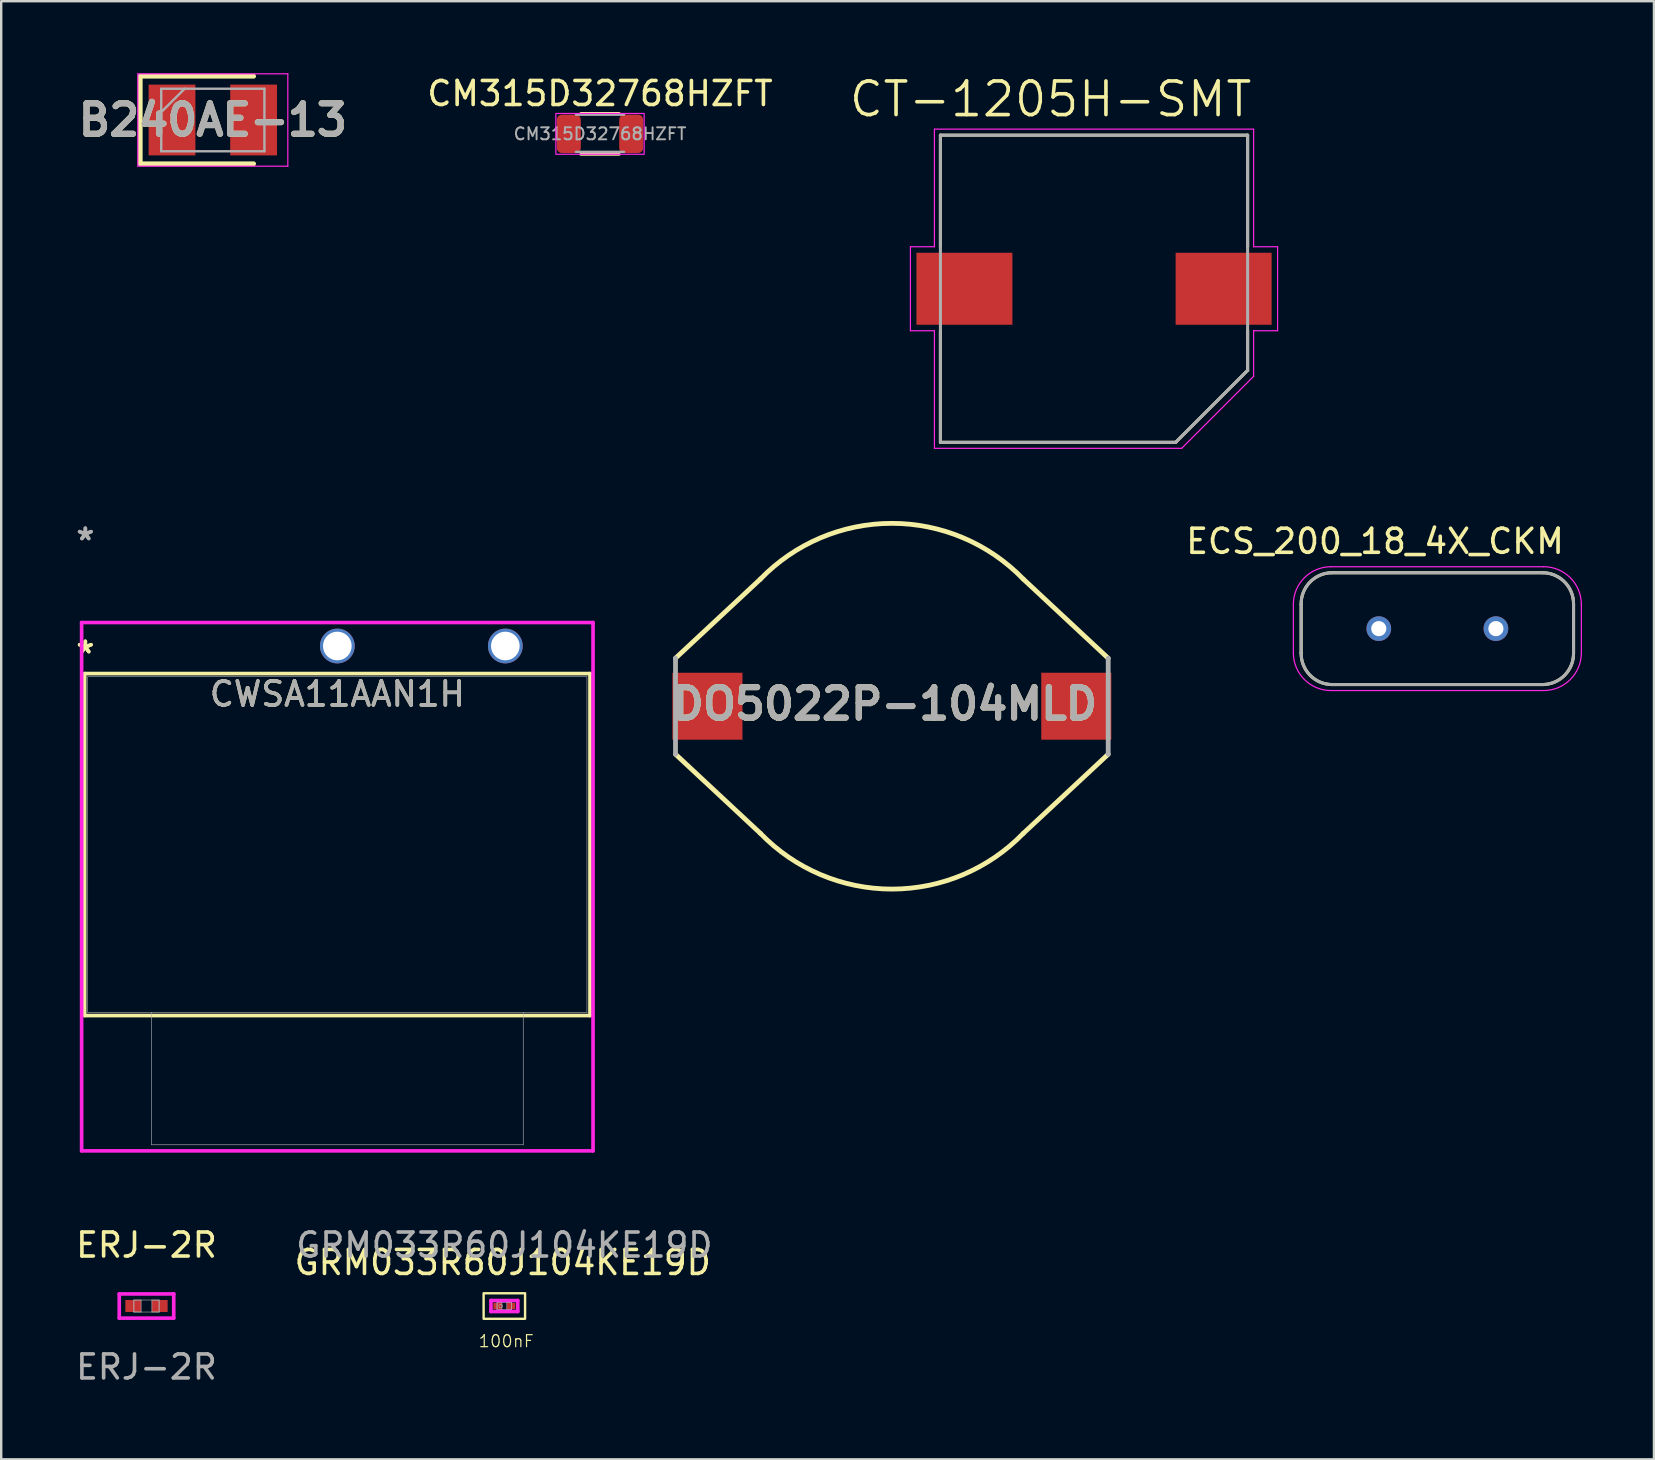
<source format=kicad_pcb>
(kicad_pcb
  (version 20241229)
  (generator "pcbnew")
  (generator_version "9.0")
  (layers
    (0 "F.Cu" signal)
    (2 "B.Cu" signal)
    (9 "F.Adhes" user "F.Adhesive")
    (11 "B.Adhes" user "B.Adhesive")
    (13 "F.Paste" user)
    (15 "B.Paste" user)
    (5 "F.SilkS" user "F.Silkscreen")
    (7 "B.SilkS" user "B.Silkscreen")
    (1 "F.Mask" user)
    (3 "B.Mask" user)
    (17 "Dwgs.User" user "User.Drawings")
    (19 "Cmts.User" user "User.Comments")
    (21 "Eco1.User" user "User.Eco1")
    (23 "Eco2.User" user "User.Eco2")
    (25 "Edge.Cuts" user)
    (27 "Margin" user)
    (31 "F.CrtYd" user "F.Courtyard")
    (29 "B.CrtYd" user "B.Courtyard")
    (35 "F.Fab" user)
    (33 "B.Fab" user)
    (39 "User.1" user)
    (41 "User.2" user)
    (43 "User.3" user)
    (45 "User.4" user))
  (footprint "ERJ-2R"
    (layer "F.Cu")
    (at 3.054 51.37)
    (property "Reference" "ERJ-2R" (at 0 -2.54 0) (unlocked yes) (layer "F.SilkS") (effects (font (size 1 1) (thickness 0.15))))
    (attr smd)
    (fp_line (start -1.135 -0.504) (end 1.135 -0.504) (stroke (width 0.152) (type solid)) (layer "F.CrtYd"))
    (fp_line (start -1.135 0.504) (end -1.135 -0.504) (stroke (width 0.152) (type solid)) (layer "F.CrtYd"))
    (fp_line (start 1.135 -0.504) (end 1.135 0.504) (stroke (width 0.152) (type solid)) (layer "F.CrtYd"))
    (fp_line (start 1.135 0.504) (end -1.135 0.504) (stroke (width 0.152) (type solid)) (layer "F.CrtYd"))
    (fp_line (start -0.525 -0.25) (end -0.525 0.25) (stroke (width 0.025) (type solid)) (layer "F.Fab"))
    (fp_line (start -0.525 -0.25) (end -0.525 0.25) (stroke (width 0.025) (type solid)) (layer "F.Fab"))
    (fp_line (start -0.525 0.25) (end -0.225 0.25) (stroke (width 0.025) (type solid)) (layer "F.Fab"))
    (fp_line (start -0.525 0.25) (end 0.525 0.25) (stroke (width 0.025) (type solid)) (layer "F.Fab"))
    (fp_line (start -0.225 -0.25) (end -0.525 -0.25) (stroke (width 0.025) (type solid)) (layer "F.Fab"))
    (fp_line (start -0.225 0.25) (end -0.225 -0.25) (stroke (width 0.025) (type solid)) (layer "F.Fab"))
    (fp_line (start 0.225 -0.25) (end 0.225 0.25) (stroke (width 0.025) (type solid)) (layer "F.Fab"))
    (fp_line (start 0.225 0.25) (end 0.525 0.25) (stroke (width 0.025) (type solid)) (layer "F.Fab"))
    (fp_line (start 0.525 -0.25) (end -0.525 -0.25) (stroke (width 0.025) (type solid)) (layer "F.Fab"))
    (fp_line (start 0.525 -0.25) (end 0.225 -0.25) (stroke (width 0.025) (type solid)) (layer "F.Fab"))
    (fp_line (start 0.525 0.25) (end 0.525 -0.25) (stroke (width 0.025) (type solid)) (layer "F.Fab"))
    (fp_line (start 0.525 0.25) (end 0.525 -0.25) (stroke (width 0.025) (type solid)) (layer "F.Fab"))
    (fp_text user "${REFERENCE}" (at 0 2.54 0) (unlocked yes) (layer "F.Fab") (effects (font (size 1 1) (thickness 0.15))))
    (pad "1" smd rect (at -0.553 0) (size 0.656 0.5) (layers "F.Cu" "F.Mask" "F.Paste"))
    (pad "2" smd rect (at 0.553 0) (size 0.656 0.5) (layers "F.Cu" "F.Mask" "F.Paste"))
    (zone (net_name "") (layer "F.Cu") (hatch full 0.508) (connect_pads) (min_thickness 0.254) (filled_areas_thickness no) (keepout (tracks not_allowed) (vias not_allowed) (pads allowed) (copperpour not_allowed) (footprints allowed)) (placement (enabled no)) (fill) (polygon (pts (xy 2.879 51.171) (xy 3.228 51.171) (xy 3.228 51.569) (xy 2.879 51.569)))))
  (footprint "DO5022P-104MLD"
    (layer "F.Cu")
    (at 34.112 26.377)
    (property "Reference" "DO5022P-104MLD" (at -0.291 -0.099 0) (layer "F.SilkS") (effects (font (size 1.27 1.27) (thickness 0.254))))
    (attr smd)
    (fp_line (start -9.015 2) (end -5.475 5.3) (stroke (width 0.2) (type solid)) (layer "F.SilkS"))
    (fp_line (start -5.475 -5.3) (end -9.015 -2) (stroke (width 0.2) (type solid)) (layer "F.SilkS"))
    (fp_line (start 5.475 -5.3) (end 9.015 -2) (stroke (width 0.2) (type solid)) (layer "F.SilkS"))
    (fp_line (start 5.475 5.3) (end 9.015 2) (stroke (width 0.2) (type solid)) (layer "F.SilkS"))
    (fp_arc (start -5.478607 -5.296158) (mid -0.002673 -7.620001) (end 5.47489 -5.3) (stroke (width 0.2) (type solid)) (layer "F.SilkS"))
    (fp_arc (start 5.478607 5.296158) (mid 0.002673 7.620001) (end -5.47489 5.3) (stroke (width 0.2) (type solid)) (layer "F.SilkS"))
    (fp_line (start -9.015 -2) (end -9.015 2) (stroke (width 0.2) (type solid)) (layer "F.Fab"))
    (fp_line (start 9.015 -2) (end 9.015 2) (stroke (width 0.2) (type solid)) (layer "F.Fab"))
    (fp_text user "${REFERENCE}" (at -0.291 -0.099 0) (layer "F.Fab") (effects (font (size 1.27 1.27) (thickness 0.254))))
    (pad "1" smd rect (at -7.685 0 90) (size 2.79 2.92) (layers "F.Cu" "F.Mask" "F.Paste"))
    (pad "2" smd rect (at 7.685 0 90) (size 2.79 2.92) (layers "F.Cu" "F.Mask" "F.Paste")))
  (footprint "CT-1205H-SMT"
    (layer "F.Cu")
    (at 42.536 8.982)
    (property "Reference" "CT-1205H-SMT" (at -1.807 -7.899 0) (layer "F.SilkS") (effects (font (size 1.402 1.402) (thickness 0.15))))
    (attr smd)
    (fp_line (start -6.4 -6.4) (end 6.4 -6.4) (stroke (width 0.127) (type solid)) (layer "F.SilkS"))
    (fp_line (start -6.4 -1.75) (end -6.4 -6.4) (stroke (width 0.127) (type solid)) (layer "F.SilkS"))
    (fp_line (start -6.4 6.4) (end -6.4 1.75) (stroke (width 0.127) (type solid)) (layer "F.SilkS"))
    (fp_line (start 3.4 6.4) (end -6.4 6.4) (stroke (width 0.127) (type solid)) (layer "F.SilkS"))
    (fp_line (start 6.4 -6.4) (end 6.4 -1.75) (stroke (width 0.127) (type solid)) (layer "F.SilkS"))
    (fp_line (start 6.4 1.75) (end 6.4 3.4) (stroke (width 0.127) (type solid)) (layer "F.SilkS"))
    (fp_line (start 6.4 3.4) (end 3.4 6.4) (stroke (width 0.127) (type solid)) (layer "F.SilkS"))
    (fp_line (start -7.65 -1.75) (end -6.65 -1.75) (stroke (width 0.05) (type solid)) (layer "F.CrtYd"))
    (fp_line (start -7.65 1.75) (end -7.65 -1.75) (stroke (width 0.05) (type solid)) (layer "F.CrtYd"))
    (fp_line (start -6.65 -6.65) (end 6.65 -6.65) (stroke (width 0.05) (type solid)) (layer "F.CrtYd"))
    (fp_line (start -6.65 -1.75) (end -6.65 -6.65) (stroke (width 0.05) (type solid)) (layer "F.CrtYd"))
    (fp_line (start -6.65 1.75) (end -7.65 1.75) (stroke (width 0.05) (type solid)) (layer "F.CrtYd"))
    (fp_line (start -6.65 6.65) (end -6.65 1.75) (stroke (width 0.05) (type solid)) (layer "F.CrtYd"))
    (fp_line (start 3.65 6.65) (end -6.65 6.65) (stroke (width 0.05) (type solid)) (layer "F.CrtYd"))
    (fp_line (start 6.65 -6.65) (end 6.65 -1.75) (stroke (width 0.05) (type solid)) (layer "F.CrtYd"))
    (fp_line (start 6.65 -1.75) (end 7.65 -1.75) (stroke (width 0.05) (type solid)) (layer "F.CrtYd"))
    (fp_line (start 6.65 1.75) (end 6.65 3.65) (stroke (width 0.05) (type solid)) (layer "F.CrtYd"))
    (fp_line (start 6.65 3.65) (end 3.65 6.65) (stroke (width 0.05) (type solid)) (layer "F.CrtYd"))
    (fp_line (start 7.65 -1.75) (end 7.65 1.75) (stroke (width 0.05) (type solid)) (layer "F.CrtYd"))
    (fp_line (start 7.65 1.75) (end 6.65 1.75) (stroke (width 0.05) (type solid)) (layer "F.CrtYd"))
    (fp_line (start -6.4 -6.4) (end 6.4 -6.4) (stroke (width 0.127) (type solid)) (layer "F.Fab"))
    (fp_line (start -6.4 6.4) (end -6.4 -6.4) (stroke (width 0.127) (type solid)) (layer "F.Fab"))
    (fp_line (start 3.4 6.4) (end -6.4 6.4) (stroke (width 0.127) (type solid)) (layer "F.Fab"))
    (fp_line (start 6.4 -6.4) (end 6.4 3.4) (stroke (width 0.127) (type solid)) (layer "F.Fab"))
    (fp_line (start 6.4 3.4) (end 3.4 6.4) (stroke (width 0.127) (type solid)) (layer "F.Fab"))
    (pad "1" smd rect (at 5.4 0) (size 4 3) (layers "F.Cu" "F.Mask" "F.Paste"))
    (pad "2" smd rect (at -5.4 0) (size 4 3) (layers "F.Cu" "F.Mask" "F.Paste")))
  (footprint "CM315D32768HZFT"
    (layer "F.Cu")
    (at 21.951 2.528)
    (property "Reference" "CM315D32768HZFT" (at 0 -1.68 0) (layer "F.SilkS") (effects (font (size 1 1) (thickness 0.15))))
    (attr smd)
    (fp_line (start -0.8 -0.85) (end 0.8 -0.85) (stroke (width 0.12) (type solid)) (layer "F.SilkS"))
    (fp_line (start -0.8 0.85) (end 0.8 0.85) (stroke (width 0.12) (type solid)) (layer "F.SilkS"))
    (fp_rect (start -1.84 -0.85) (end 1.84 0.85) (stroke (width 0.05) (type default)) (fill no) (layer "F.CrtYd"))
    (fp_line (start -1 -0.8) (end 1 -0.8) (stroke (width 0.1) (type solid)) (layer "F.Fab"))
    (fp_line (start 1 0.75) (end -1 0.75) (stroke (width 0.1) (type solid)) (layer "F.Fab"))
    (fp_text user "${REFERENCE}" (at 0 0 0) (layer "F.Fab") (effects (font (size 0.5 0.5) (thickness 0.08))))
    (pad "1" smd roundrect (at -1.3 0) (size 1 1.6) (layers "F.Cu" "F.Mask" "F.Paste") (roundrect_rratio 0.213))
    (pad "2" smd roundrect (at 1.3 0) (size 1 1.6) (layers "F.Cu" "F.Mask" "F.Paste") (roundrect_rratio 0.213)))
  (footprint "ECS_200_18_4X_CKM"
    (layer "F.Cu")
    (at 56.842 23.144)
    (property "Reference" "ECS_200_18_4X_CKM" (at -2.597 -3.638 0) (layer "F.SilkS") (effects (font (size 1.001 1.001) (thickness 0.15))))
    (attr through_hole)
    (fp_line (start -5.675 1.01) (end -5.675 -1.01) (stroke (width 0.127) (type solid)) (layer "F.SilkS"))
    (fp_line (start -4.405 -2.33) (end 4.405 -2.33) (stroke (width 0.127) (type solid)) (layer "F.SilkS"))
    (fp_line (start 4.405 2.33) (end -4.405 2.33) (stroke (width 0.127) (type solid)) (layer "F.SilkS"))
    (fp_line (start 5.675 -1.01) (end 5.675 1.01) (stroke (width 0.127) (type solid)) (layer "F.SilkS"))
    (fp_arc (start -5.675 -1.01) (mid -5.313381 -1.933026) (end -4.405 -2.33) (stroke (width 0.127) (type solid)) (layer "F.SilkS"))
    (fp_arc (start -4.405 2.33) (mid -5.313381 1.933026) (end -5.675 1.01) (stroke (width 0.127) (type solid)) (layer "F.SilkS"))
    (fp_arc (start 4.405 -2.33) (mid 5.313381 -1.933026) (end 5.675 -1.01) (stroke (width 0.127) (type solid)) (layer "F.SilkS"))
    (fp_arc (start 5.675 1.01) (mid 5.313381 1.933026) (end 4.405 2.33) (stroke (width 0.127) (type solid)) (layer "F.SilkS"))
    (fp_line (start -6 1.01) (end -6 -1.01) (stroke (width 0.05) (type solid)) (layer "F.CrtYd"))
    (fp_line (start -4.43 -2.58) (end 4.43 -2.58) (stroke (width 0.05) (type solid)) (layer "F.CrtYd"))
    (fp_line (start 4.43 2.58) (end -4.43 2.58) (stroke (width 0.05) (type solid)) (layer "F.CrtYd"))
    (fp_line (start 6 -1.01) (end 6 1.01) (stroke (width 0.05) (type solid)) (layer "F.CrtYd"))
    (fp_arc (start -6 -1.01) (mid -5.540158 -2.120158) (end -4.43 -2.58) (stroke (width 0.05) (type solid)) (layer "F.CrtYd"))
    (fp_arc (start -4.43 2.58) (mid -5.540158 2.120158) (end -6 1.01) (stroke (width 0.05) (type solid)) (layer "F.CrtYd"))
    (fp_arc (start 4.43 -2.58) (mid 5.540158 -2.120158) (end 6 -1.01) (stroke (width 0.05) (type solid)) (layer "F.CrtYd"))
    (fp_arc (start 6 1.01) (mid 5.540158 2.120158) (end 4.43 2.58) (stroke (width 0.05) (type solid)) (layer "F.CrtYd"))
    (fp_line (start -5.675 1.01) (end -5.675 -1.01) (stroke (width 0.127) (type solid)) (layer "F.Fab"))
    (fp_line (start -4.405 -2.33) (end 4.405 -2.33) (stroke (width 0.127) (type solid)) (layer "F.Fab"))
    (fp_line (start 4.405 2.33) (end -4.405 2.33) (stroke (width 0.127) (type solid)) (layer "F.Fab"))
    (fp_line (start 5.675 -1.01) (end 5.675 1.01) (stroke (width 0.127) (type solid)) (layer "F.Fab"))
    (fp_arc (start -5.675 -1.01) (mid -5.313381 -1.933026) (end -4.405 -2.33) (stroke (width 0.127) (type solid)) (layer "F.Fab"))
    (fp_arc (start -4.405 2.33) (mid -5.313381 1.933026) (end -5.675 1.01) (stroke (width 0.127) (type solid)) (layer "F.Fab"))
    (fp_arc (start 4.405 -2.33) (mid 5.313381 -1.933026) (end 5.675 -1.01) (stroke (width 0.127) (type solid)) (layer "F.Fab"))
    (fp_arc (start 5.675 1.01) (mid 5.313381 1.933026) (end 4.405 2.33) (stroke (width 0.127) (type solid)) (layer "F.Fab"))
    (pad "1" thru_hole circle (at -2.44 0) (size 1.03 1.03) (drill 0.63) (layers "*.Cu" "*.Mask"))
    (pad "2" thru_hole circle (at 2.44 0) (size 1.03 1.03) (drill 0.63) (layers "*.Cu" "*.Mask")))
  (footprint "CWSA11AAN1H"
    (layer "F.Cu")
    (at 4.006 23.868)
    (property "Reference" "CWSA11AAN1H" (at 7 2 0) (unlocked yes) (layer "F.SilkS") (effects (font (size 1 1) (thickness 0.15))))
    (attr through_hole)
    (fp_line (start -3.528 1.149) (end -3.528 15.399) (stroke (width 0.152) (type solid)) (layer "F.SilkS"))
    (fp_line (start -3.528 15.399) (end 17.528 15.399) (stroke (width 0.152) (type solid)) (layer "F.SilkS"))
    (fp_line (start 17.528 1.149) (end -3.528 1.149) (stroke (width 0.152) (type solid)) (layer "F.SilkS"))
    (fp_line (start 17.528 15.399) (end 17.528 1.149) (stroke (width 0.152) (type solid)) (layer "F.SilkS"))
    (fp_line (start -3.655 -0.978) (end -3.655 21.037) (stroke (width 0.152) (type solid)) (layer "F.CrtYd"))
    (fp_line (start -3.655 21.037) (end 17.655 21.037) (stroke (width 0.152) (type solid)) (layer "F.CrtYd"))
    (fp_line (start 17.655 -0.978) (end -3.655 -0.978) (stroke (width 0.152) (type solid)) (layer "F.CrtYd"))
    (fp_line (start 17.655 21.037) (end 17.655 -0.978) (stroke (width 0.152) (type solid)) (layer "F.CrtYd"))
    (fp_line (start -3.401 1.276) (end -3.401 15.271) (stroke (width 0.025) (type solid)) (layer "F.Fab"))
    (fp_line (start -3.401 15.271) (end 17.401 15.271) (stroke (width 0.025) (type solid)) (layer "F.Fab"))
    (fp_line (start -0.747 15.271) (end -0.747 20.783) (stroke (width 0.025) (type solid)) (layer "F.Fab"))
    (fp_line (start -0.747 20.783) (end 14.747 20.783) (stroke (width 0.025) (type solid)) (layer "F.Fab"))
    (fp_line (start 14.747 15.271) (end 14.747 20.783) (stroke (width 0.025) (type solid)) (layer "F.Fab"))
    (fp_line (start 17.401 1.276) (end -3.401 1.276) (stroke (width 0.025) (type solid)) (layer "F.Fab"))
    (fp_line (start 17.401 15.271) (end 17.401 1.276) (stroke (width 0.025) (type solid)) (layer "F.Fab"))
    (fp_text user "*" (at -3.5 0.349 0) (unlocked yes) (layer "F.SilkS") (effects (font (size 1 1) (thickness 0.15))))
    (fp_text user "*" (at -3.5 0.349 0) (layer "F.SilkS") (effects (font (size 1 1) (thickness 0.15))))
    (fp_text user "${REFERENCE}" (at 7 2 0) (unlocked yes) (layer "F.Fab") (effects (font (size 1 1) (thickness 0.15))))
    (fp_text user "*" (at -3.5 -4.363 0) (layer "F.Fab") (effects (font (size 1 1) (thickness 0.15))))
    (fp_text user "*" (at -3.5 -4.363 0) (unlocked yes) (layer "F.Fab") (effects (font (size 1 1) (thickness 0.15))))
    (pad "1" thru_hole circle (at 7 -0.000001) (size 1.448 1.448) (drill 1.194) (layers "*.Cu" "*.Mask"))
    (pad "2" thru_hole circle (at 14 -0.000001) (size 1.448 1.448) (drill 1.194) (layers "*.Cu" "*.Mask")))
  (footprint "GRM033R60J104KE19D"
    (layer "F.Cu")
    (at 17.966 51.37)
    (property "Reference" "GRM033R60J104KE19D" (at -0.067 -1.814 0) (unlocked yes) (layer "F.SilkS") (effects (font (size 1 1) (thickness 0.15))))
    (attr smd)
    (fp_rect (start -0.864 -0.533) (end 0.863 0.531) (stroke (width 0.1) (type default)) (fill no) (layer "F.SilkS"))
    (fp_line (start -0.559 -0.229) (end 0.559 -0.229) (stroke (width 0.152) (type solid)) (layer "F.CrtYd"))
    (fp_line (start -0.559 0.229) (end -0.559 -0.229) (stroke (width 0.152) (type solid)) (layer "F.CrtYd"))
    (fp_line (start 0.559 -0.229) (end 0.559 0.229) (stroke (width 0.152) (type solid)) (layer "F.CrtYd"))
    (fp_line (start 0.559 0.229) (end -0.559 0.229) (stroke (width 0.152) (type solid)) (layer "F.CrtYd"))
    (fp_line (start -0.305 -0.152) (end -0.305 0.152) (stroke (width 0.025) (type solid)) (layer "F.Fab"))
    (fp_line (start -0.305 -0.152) (end -0.305 0.152) (stroke (width 0.025) (type solid)) (layer "F.Fab"))
    (fp_line (start -0.305 0.152) (end -0.102 0.152) (stroke (width 0.025) (type solid)) (layer "F.Fab"))
    (fp_line (start -0.305 0.152) (end 0.305 0.152) (stroke (width 0.025) (type solid)) (layer "F.Fab"))
    (fp_line (start -0.102 -0.152) (end -0.305 -0.152) (stroke (width 0.025) (type solid)) (layer "F.Fab"))
    (fp_line (start -0.102 0.152) (end -0.102 -0.152) (stroke (width 0.025) (type solid)) (layer "F.Fab"))
    (fp_line (start 0.102 -0.152) (end 0.102 0.152) (stroke (width 0.025) (type solid)) (layer "F.Fab"))
    (fp_line (start 0.102 0.152) (end 0.305 0.152) (stroke (width 0.025) (type solid)) (layer "F.Fab"))
    (fp_line (start 0.305 -0.152) (end -0.305 -0.152) (stroke (width 0.025) (type solid)) (layer "F.Fab"))
    (fp_line (start 0.305 -0.152) (end 0.102 -0.152) (stroke (width 0.025) (type solid)) (layer "F.Fab"))
    (fp_line (start 0.305 0.152) (end 0.305 -0.152) (stroke (width 0.025) (type solid)) (layer "F.Fab"))
    (fp_line (start 0.305 0.152) (end 0.305 -0.152) (stroke (width 0.025) (type solid)) (layer "F.Fab"))
    (fp_circle (center -0.152 0) (end -0.076 0) (stroke (width 0.025) (type solid)) (fill no) (layer "F.Fab"))
    (fp_text user "100nF" (at -1.109 1.758 0) (unlocked yes) (layer "F.SilkS") (effects (font (size 0.5 0.5) (thickness 0.05)) (justify left bottom)))
    (fp_text user "${REFERENCE}" (at 0 -2.54 0) (unlocked yes) (layer "F.Fab") (effects (font (size 1 1) (thickness 0.15))))
    (pad "1" smd rect (at -0.279 0) (size 0.356 0.254) (layers "F.Cu" "F.Mask" "F.Paste"))
    (pad "2" smd rect (at 0.279 0) (size 0.356 0.254) (layers "F.Cu" "F.Mask" "F.Paste"))
    (zone (net_name "") (layer "F.Cu") (hatch full 0.508) (connect_pads) (min_thickness 0.254) (filled_areas_thickness no) (keepout (tracks not_allowed) (vias not_allowed) (pads allowed) (copperpour not_allowed) (footprints allowed)) (placement (enabled no)) (fill) (polygon (pts (xy 17.915 51.269) (xy 18.017 51.269) (xy 18.017 51.472) (xy 17.915 51.472)))))
  (footprint "B240AE-13"
    (layer "F.Cu")
    (at 5.818 1.95)
    (property "Reference" "B240AE-13" (at 0 0 0) (layer "F.SilkS") (effects (font (size 1.27 1.27) (thickness 0.254))))
    (attr smd)
    (fp_line (start -3.025 -1.825) (end -3.025 1.825) (stroke (width 0.2) (type solid)) (layer "F.SilkS"))
    (fp_line (start -3.025 1.825) (end 1.7 1.825) (stroke (width 0.2) (type solid)) (layer "F.SilkS"))
    (fp_line (start 1.7 -1.825) (end -3.025 -1.825) (stroke (width 0.2) (type solid)) (layer "F.SilkS"))
    (fp_line (start -3.125 -1.925) (end 3.125 -1.925) (stroke (width 0.05) (type solid)) (layer "F.CrtYd"))
    (fp_line (start -3.125 1.925) (end -3.125 -1.925) (stroke (width 0.05) (type solid)) (layer "F.CrtYd"))
    (fp_line (start 3.125 -1.925) (end 3.125 1.925) (stroke (width 0.05) (type solid)) (layer "F.CrtYd"))
    (fp_line (start 3.125 1.925) (end -3.125 1.925) (stroke (width 0.05) (type solid)) (layer "F.CrtYd"))
    (fp_line (start -2.15 -1.302) (end 2.15 -1.302) (stroke (width 0.1) (type solid)) (layer "F.Fab"))
    (fp_line (start -2.15 -0.328) (end -1.175 -1.302) (stroke (width 0.1) (type solid)) (layer "F.Fab"))
    (fp_line (start -2.15 1.302) (end -2.15 -1.302) (stroke (width 0.1) (type solid)) (layer "F.Fab"))
    (fp_line (start 2.15 -1.302) (end 2.15 1.302) (stroke (width 0.1) (type solid)) (layer "F.Fab"))
    (fp_line (start 2.15 1.302) (end -2.15 1.302) (stroke (width 0.1) (type solid)) (layer "F.Fab"))
    (fp_text user "${REFERENCE}" (at 0 0 0) (layer "F.Fab") (effects (font (size 1.27 1.27) (thickness 0.254))))
    (pad "1" smd rect (at -1.7 0) (size 1.95 2.95) (layers "F.Cu" "F.Mask" "F.Paste"))
    (pad "2" smd rect (at 1.7 0) (size 1.95 2.95) (layers "F.Cu" "F.Mask" "F.Paste")))
  (gr_rect
    (start -3 -3)
    (end 65.867 57.758)
    (stroke (width 0.1) (type default))
    (fill no)
    (layer "Edge.Cuts")))
</source>
